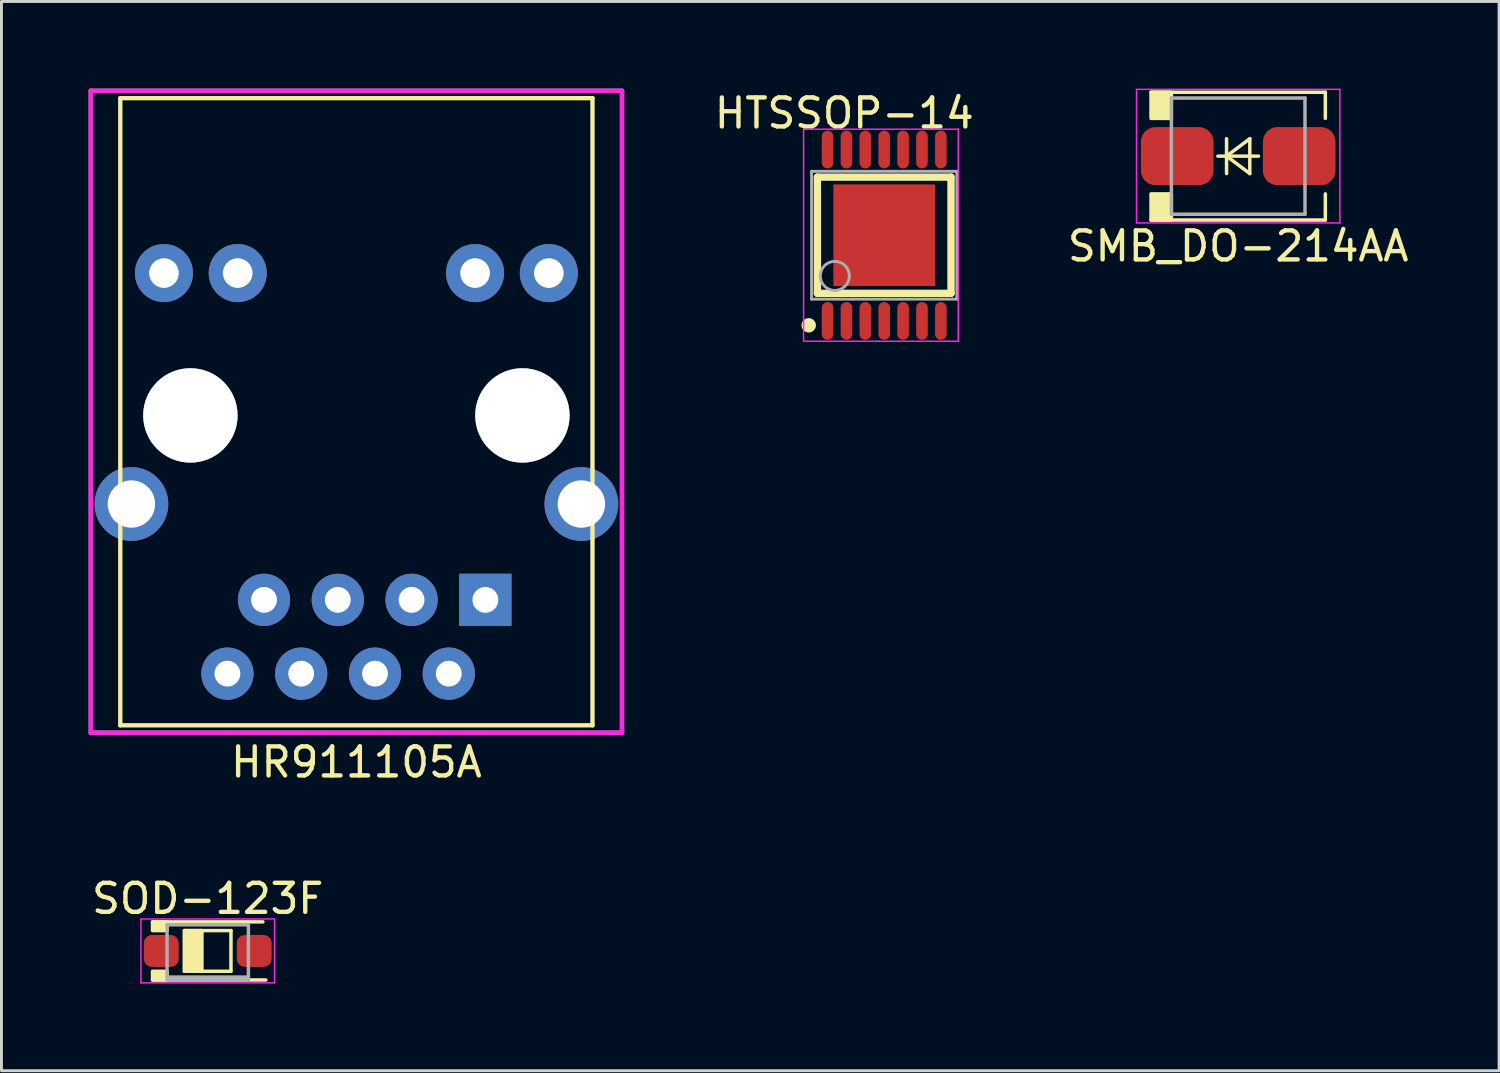
<source format=kicad_pcb>
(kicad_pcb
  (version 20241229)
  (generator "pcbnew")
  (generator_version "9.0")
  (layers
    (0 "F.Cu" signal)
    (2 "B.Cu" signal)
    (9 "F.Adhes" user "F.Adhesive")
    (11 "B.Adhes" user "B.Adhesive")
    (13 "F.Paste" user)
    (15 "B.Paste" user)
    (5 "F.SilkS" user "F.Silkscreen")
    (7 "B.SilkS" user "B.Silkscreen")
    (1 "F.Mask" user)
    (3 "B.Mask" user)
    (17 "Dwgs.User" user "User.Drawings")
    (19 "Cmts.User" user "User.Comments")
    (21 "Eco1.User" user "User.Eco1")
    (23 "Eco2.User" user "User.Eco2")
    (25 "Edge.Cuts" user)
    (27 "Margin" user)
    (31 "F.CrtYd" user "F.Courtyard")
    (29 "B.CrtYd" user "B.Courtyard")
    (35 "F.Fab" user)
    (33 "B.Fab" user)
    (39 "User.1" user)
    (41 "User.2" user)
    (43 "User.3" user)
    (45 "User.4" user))
  (footprint "SMB_DO-214AA"
    (layer "F.Cu")
    (at 39.575 2.325)
    (property "Reference" "SMB_DO-214AA" (at 0 3.1 0) (layer "F.SilkS") (effects (font (size 1 1) (thickness 0.15))))
    (attr through_hole)
    (fp_line (start -3 -2.2) (end 3 -2.2) (stroke (width 0.12) (type solid)) (layer "F.SilkS"))
    (fp_line (start -3 2.2) (end 3 2.2) (stroke (width 0.12) (type solid)) (layer "F.SilkS"))
    (fp_line (start -0.7 0) (end 0.7 0) (stroke (width 0.12) (type solid)) (layer "F.SilkS"))
    (fp_line (start -0.4 -0.6) (end -0.4 0.6) (stroke (width 0.12) (type solid)) (layer "F.SilkS"))
    (fp_line (start -0.4 0) (end 0.4 -0.6) (stroke (width 0.12) (type solid)) (layer "F.SilkS"))
    (fp_line (start -0.4 0) (end 0.4 0.6) (stroke (width 0.12) (type solid)) (layer "F.SilkS"))
    (fp_line (start 0.4 -0.6) (end 0.4 0.6) (stroke (width 0.12) (type solid)) (layer "F.SilkS"))
    (fp_line (start 3 -2.2) (end 3 -1.3) (stroke (width 0.12) (type solid)) (layer "F.SilkS"))
    (fp_line (start 3 2.2) (end 3 1.3) (stroke (width 0.12) (type solid)) (layer "F.SilkS"))
    (fp_poly (pts (xy -3 -2.2) (xy -2.3 -2.2) (xy -2.3 -1.3) (xy -3 -1.3)) (stroke (width 0.12) (type solid)) (fill yes) (layer "F.SilkS"))
    (fp_poly (pts (xy -3 1.3) (xy -2.3 1.3) (xy -2.3 2.2) (xy -3 2.2)) (stroke (width 0.12) (type solid)) (fill yes) (layer "F.SilkS"))
    (fp_line (start -3.5 -2.3) (end 3.5 -2.3) (stroke (width 0.05) (type solid)) (layer "F.CrtYd"))
    (fp_line (start -3.5 2.3) (end -3.5 -2.3) (stroke (width 0.05) (type solid)) (layer "F.CrtYd"))
    (fp_line (start 3.5 -2.3) (end 3.5 2.3) (stroke (width 0.05) (type solid)) (layer "F.CrtYd"))
    (fp_line (start 3.5 2.3) (end -3.5 2.3) (stroke (width 0.05) (type solid)) (layer "F.CrtYd"))
    (fp_line (start -2.3 -2) (end 2.3 -2) (stroke (width 0.12) (type solid)) (layer "F.Fab"))
    (fp_line (start -2.3 2) (end -2.3 -2) (stroke (width 0.12) (type solid)) (layer "F.Fab"))
    (fp_line (start -2.3 2) (end 2.3 2) (stroke (width 0.12) (type solid)) (layer "F.Fab"))
    (fp_line (start 2.3 2) (end 2.3 -2) (stroke (width 0.12) (type solid)) (layer "F.Fab"))
    (pad "1" smd roundrect (at -2.1 0) (size 2.5 2) (layers "F.Cu" "F.Mask" "F.Paste") (roundrect_rratio 0.25))
    (pad "2" smd roundrect (at 2.1 0) (size 2.5 2) (layers "F.Cu" "F.Mask" "F.Paste") (roundrect_rratio 0.25)))
  (footprint "HR911105A"
    (layer "F.Cu")
    (at 9.219 11.251)
    (property "Reference" "HR911105A" (at 0 11.938 0) (layer "F.SilkS") (effects (font (size 1 1) (thickness 0.15))))
    (attr through_hole)
    (fp_line (start -8.128 -10.922) (end 8.128 -10.922) (stroke (width 0.15) (type solid)) (layer "F.SilkS"))
    (fp_line (start -8.128 10.668) (end -8.128 -10.92) (stroke (width 0.15) (type solid)) (layer "F.SilkS"))
    (fp_line (start -8.128 10.668) (end 8.128 10.668) (stroke (width 0.15) (type solid)) (layer "F.SilkS"))
    (fp_line (start 8.128 10.668) (end 8.128 -10.92) (stroke (width 0.15) (type solid)) (layer "F.SilkS"))
    (fp_line (start -9.144 -11.176) (end 9.144 -11.176) (stroke (width 0.15) (type solid)) (layer "F.CrtYd"))
    (fp_line (start -9.144 10.922) (end -9.144 -11.176) (stroke (width 0.15) (type solid)) (layer "F.CrtYd"))
    (fp_line (start 9.144 -11.176) (end 9.144 10.922) (stroke (width 0.15) (type solid)) (layer "F.CrtYd"))
    (fp_line (start 9.144 10.922) (end -9.144 10.922) (stroke (width 0.15) (type solid)) (layer "F.CrtYd"))
    (fp_line (start -9.144 -11.176) (end 9.144 -11.176) (stroke (width 0.15) (type solid)) (layer "F.Fab"))
    (fp_line (start -9.144 10.922) (end -9.144 -11.176) (stroke (width 0.15) (type solid)) (layer "F.Fab"))
    (fp_line (start 9.144 -11.176) (end 9.144 10.922) (stroke (width 0.15) (type solid)) (layer "F.Fab"))
    (fp_line (start 9.144 10.922) (end -9.144 10.922) (stroke (width 0.15) (type solid)) (layer "F.Fab"))
    (pad "1" thru_hole rect (at 4.44 6.35) (size 1.8 1.8) (drill 0.89) (layers "*.Cu" "*.Mask"))
    (pad "2" thru_hole circle (at 3.18 8.89) (size 1.8 1.8) (drill 0.89) (layers "*.Cu" "*.Mask"))
    (pad "3" thru_hole circle (at 1.9 6.35) (size 1.8 1.8) (drill 0.89) (layers "*.Cu" "*.Mask"))
    (pad "4" thru_hole circle (at 0.64 8.89) (size 1.8 1.8) (drill 0.89) (layers "*.Cu" "*.Mask"))
    (pad "5" thru_hole circle (at -0.64 6.35) (size 1.8 1.8) (drill 0.89) (layers "*.Cu" "*.Mask"))
    (pad "6" thru_hole circle (at -1.9 8.89) (size 1.8 1.8) (drill 0.89) (layers "*.Cu" "*.Mask"))
    (pad "7" thru_hole circle (at -3.18 6.35) (size 1.8 1.8) (drill 0.89) (layers "*.Cu" "*.Mask"))
    (pad "8" thru_hole circle (at -4.44 8.89) (size 1.8 1.8) (drill 0.89) (layers "*.Cu" "*.Mask"))
    (pad "9" thru_hole circle (at 6.625 -4.9) (size 2 2) (drill 1.02) (layers "*.Cu" "*.Mask"))
    (pad "10" thru_hole circle (at 4.085 -4.9) (size 2 2) (drill 1.02) (layers "*.Cu" "*.Mask"))
    (pad "11" thru_hole circle (at -4.085 -4.9) (size 2 2) (drill 1.02) (layers "*.Cu" "*.Mask"))
    (pad "12" thru_hole circle (at -6.625 -4.9) (size 2 2) (drill 1.02) (layers "*.Cu" "*.Mask"))
    (pad "13" thru_hole circle (at 7.745 3.05) (size 2.54 2.54) (drill 1.63) (layers "*.Cu" "*.Mask"))
    (pad "14" thru_hole circle (at -7.745 3.05) (size 2.54 2.54) (drill 1.63) (layers "*.Cu" "*.Mask"))
    (pad "15" thru_hole circle (at 5.715 0) (size 3.25 3.25) (drill 3.25) (layers "*.Cu" "*.Mask"))
    (pad "16" thru_hole circle (at -5.715 0) (size 3.25 3.25) (drill 3.25) (layers "*.Cu" "*.Mask")))
  (footprint "HTSSOP-14"
    (layer "F.Cu")
    (at 27.389 5.048)
    (property "Reference" "HTSSOP-14" (at -1.374 -4.2 0) (layer "F.SilkS") (effects (font (size 1 1) (thickness 0.15))))
    (attr through_hole)
    (fp_line (start -2.3 -2) (end 2.3 -2) (stroke (width 0.254) (type solid)) (layer "F.SilkS"))
    (fp_line (start -2.3 2) (end -2.3 -2) (stroke (width 0.254) (type solid)) (layer "F.SilkS"))
    (fp_line (start -2.3 2) (end 2.3 2) (stroke (width 0.254) (type solid)) (layer "F.SilkS"))
    (fp_line (start 2.3 2) (end 2.3 -2) (stroke (width 0.254) (type solid)) (layer "F.SilkS"))
    (fp_circle (center -2.6 3.1) (end -2.475 3.1) (stroke (width 0.25) (type solid)) (fill no) (layer "F.SilkS"))
    (fp_line (start -2.775 -3.65) (end 2.55 -3.65) (stroke (width 0.05) (type solid)) (layer "F.CrtYd"))
    (fp_line (start -2.775 3.65) (end -2.775 -3.65) (stroke (width 0.05) (type solid)) (layer "F.CrtYd"))
    (fp_line (start 2.55 -3.65) (end 2.55 3.65) (stroke (width 0.05) (type solid)) (layer "F.CrtYd"))
    (fp_line (start 2.55 3.65) (end -2.775 3.65) (stroke (width 0.05) (type solid)) (layer "F.CrtYd"))
    (fp_line (start -2.5 -2.2) (end 2.5 -2.2) (stroke (width 0.1) (type solid)) (layer "F.Fab"))
    (fp_line (start -2.5 2.2) (end -2.5 -2.2) (stroke (width 0.1) (type solid)) (layer "F.Fab"))
    (fp_line (start -2.5 2.2) (end 2.5 2.2) (stroke (width 0.1) (type solid)) (layer "F.Fab"))
    (fp_line (start 2.5 2.2) (end 2.5 -2.2) (stroke (width 0.1) (type solid)) (layer "F.Fab"))
    (fp_circle (center -1.7 1.4) (end -1.2 1.4) (stroke (width 0.1) (type solid)) (fill no) (layer "F.Fab"))
    (pad "1" smd oval (at -1.95 2.95 270) (size 1.3 0.4) (layers "F.Cu" "F.Mask" "F.Paste"))
    (pad "2" smd oval (at -1.3 2.95 270) (size 1.3 0.4) (layers "F.Cu" "F.Mask" "F.Paste"))
    (pad "3" smd oval (at -0.65 2.95 270) (size 1.3 0.4) (layers "F.Cu" "F.Mask" "F.Paste"))
    (pad "4" smd oval (at 0 2.95 270) (size 1.3 0.4) (layers "F.Cu" "F.Mask" "F.Paste"))
    (pad "5" smd oval (at 0.65 2.95 270) (size 1.3 0.4) (layers "F.Cu" "F.Mask" "F.Paste"))
    (pad "6" smd oval (at 1.3 2.95 270) (size 1.3 0.4) (layers "F.Cu" "F.Mask" "F.Paste"))
    (pad "7" smd oval (at 1.95 2.95 270) (size 1.3 0.4) (layers "F.Cu" "F.Mask" "F.Paste"))
    (pad "8" smd oval (at 1.95 -2.95 90) (size 1.3 0.4) (layers "F.Cu" "F.Mask" "F.Paste"))
    (pad "9" smd oval (at 1.3 -2.95 90) (size 1.3 0.4) (layers "F.Cu" "F.Mask" "F.Paste"))
    (pad "10" smd oval (at 0.65 -2.95 90) (size 1.3 0.4) (layers "F.Cu" "F.Mask" "F.Paste"))
    (pad "11" smd oval (at 0 -2.95 90) (size 1.3 0.4) (layers "F.Cu" "F.Mask" "F.Paste"))
    (pad "12" smd oval (at -0.65 -2.95 90) (size 1.3 0.4) (layers "F.Cu" "F.Mask" "F.Paste"))
    (pad "13" smd oval (at -1.3 -2.95 90) (size 1.3 0.4) (layers "F.Cu" "F.Mask" "F.Paste"))
    (pad "14" smd oval (at -1.95 -2.95 90) (size 1.3 0.4) (layers "F.Cu" "F.Mask" "F.Paste"))
    (pad "15" smd rect (at 0 0 90) (size 3.5 3.5) (layers "F.Cu" "F.Mask" "F.Paste")))
  (footprint "SOD-123F"
    (layer "F.Cu")
    (at 4.101 29.686)
    (property "Reference" "SOD-123F" (at 0 -1.8 0) (layer "F.SilkS") (effects (font (size 1 1) (thickness 0.15))))
    (attr through_hole)
    (fp_line (start -1.9 -1) (end 1.9 -1) (stroke (width 0.12) (type solid)) (layer "F.SilkS"))
    (fp_line (start -1.9 1) (end 2 1) (stroke (width 0.12) (type solid)) (layer "F.SilkS"))
    (fp_line (start -0.8 -0.7) (end 0.8 -0.7) (stroke (width 0.12) (type solid)) (layer "F.SilkS"))
    (fp_line (start -0.8 0.7) (end -0.8 -0.7) (stroke (width 0.12) (type solid)) (layer "F.SilkS"))
    (fp_line (start -0.8 0.7) (end 0.8 0.7) (stroke (width 0.12) (type solid)) (layer "F.SilkS"))
    (fp_line (start 0.8 0.7) (end 0.8 -0.7) (stroke (width 0.12) (type solid)) (layer "F.SilkS"))
    (fp_poly (pts (xy -1.9 -1) (xy -1.4 -1) (xy -1.4 -0.7) (xy -1.9 -0.7)) (stroke (width 0.12) (type solid)) (fill yes) (layer "F.SilkS"))
    (fp_poly (pts (xy -1.9 1) (xy -1.9 0.7) (xy -1.4 0.7) (xy -1.4 1)) (stroke (width 0.12) (type solid)) (fill yes) (layer "F.SilkS"))
    (fp_poly (pts (xy -0.8 -0.7) (xy -0.2 -0.7) (xy -0.2 0.7) (xy -0.8 0.7)) (stroke (width 0.12) (type solid)) (fill yes) (layer "F.SilkS"))
    (fp_line (start -2.3 -1.1) (end 2.3 -1.1) (stroke (width 0.05) (type solid)) (layer "F.CrtYd"))
    (fp_line (start -2.3 1.1) (end -2.3 -1.1) (stroke (width 0.05) (type solid)) (layer "F.CrtYd"))
    (fp_line (start 2.3 -1.1) (end 2.3 1.1) (stroke (width 0.05) (type solid)) (layer "F.CrtYd"))
    (fp_line (start 2.3 1.1) (end -2.3 1.1) (stroke (width 0.05) (type solid)) (layer "F.CrtYd"))
    (fp_line (start -1.4 -0.9) (end 1.4 -0.9) (stroke (width 0.12) (type solid)) (layer "F.Fab"))
    (fp_line (start -1.4 0.9) (end -1.4 -0.9) (stroke (width 0.12) (type solid)) (layer "F.Fab"))
    (fp_line (start -1.4 0.9) (end 1.4 0.9) (stroke (width 0.12) (type solid)) (layer "F.Fab"))
    (fp_line (start -1.4 1) (end 1.4 1) (stroke (width 0.12) (type solid)) (layer "F.Fab"))
    (fp_line (start 1.4 0.9) (end 1.4 -0.9) (stroke (width 0.12) (type solid)) (layer "F.Fab"))
    (pad "1" smd roundrect (at -1.6 0) (size 1.2 1.1) (layers "F.Cu" "F.Mask" "F.Paste") (roundrect_rratio 0.25))
    (pad "2" smd roundrect (at 1.6 0) (size 1.2 1.1) (layers "F.Cu" "F.Mask" "F.Paste") (roundrect_rratio 0.25)))
  (gr_rect
    (start -3 -3)
    (end 48.557 33.81)
    (stroke (width 0.1) (type default))
    (fill no)
    (layer "Edge.Cuts")))
</source>
